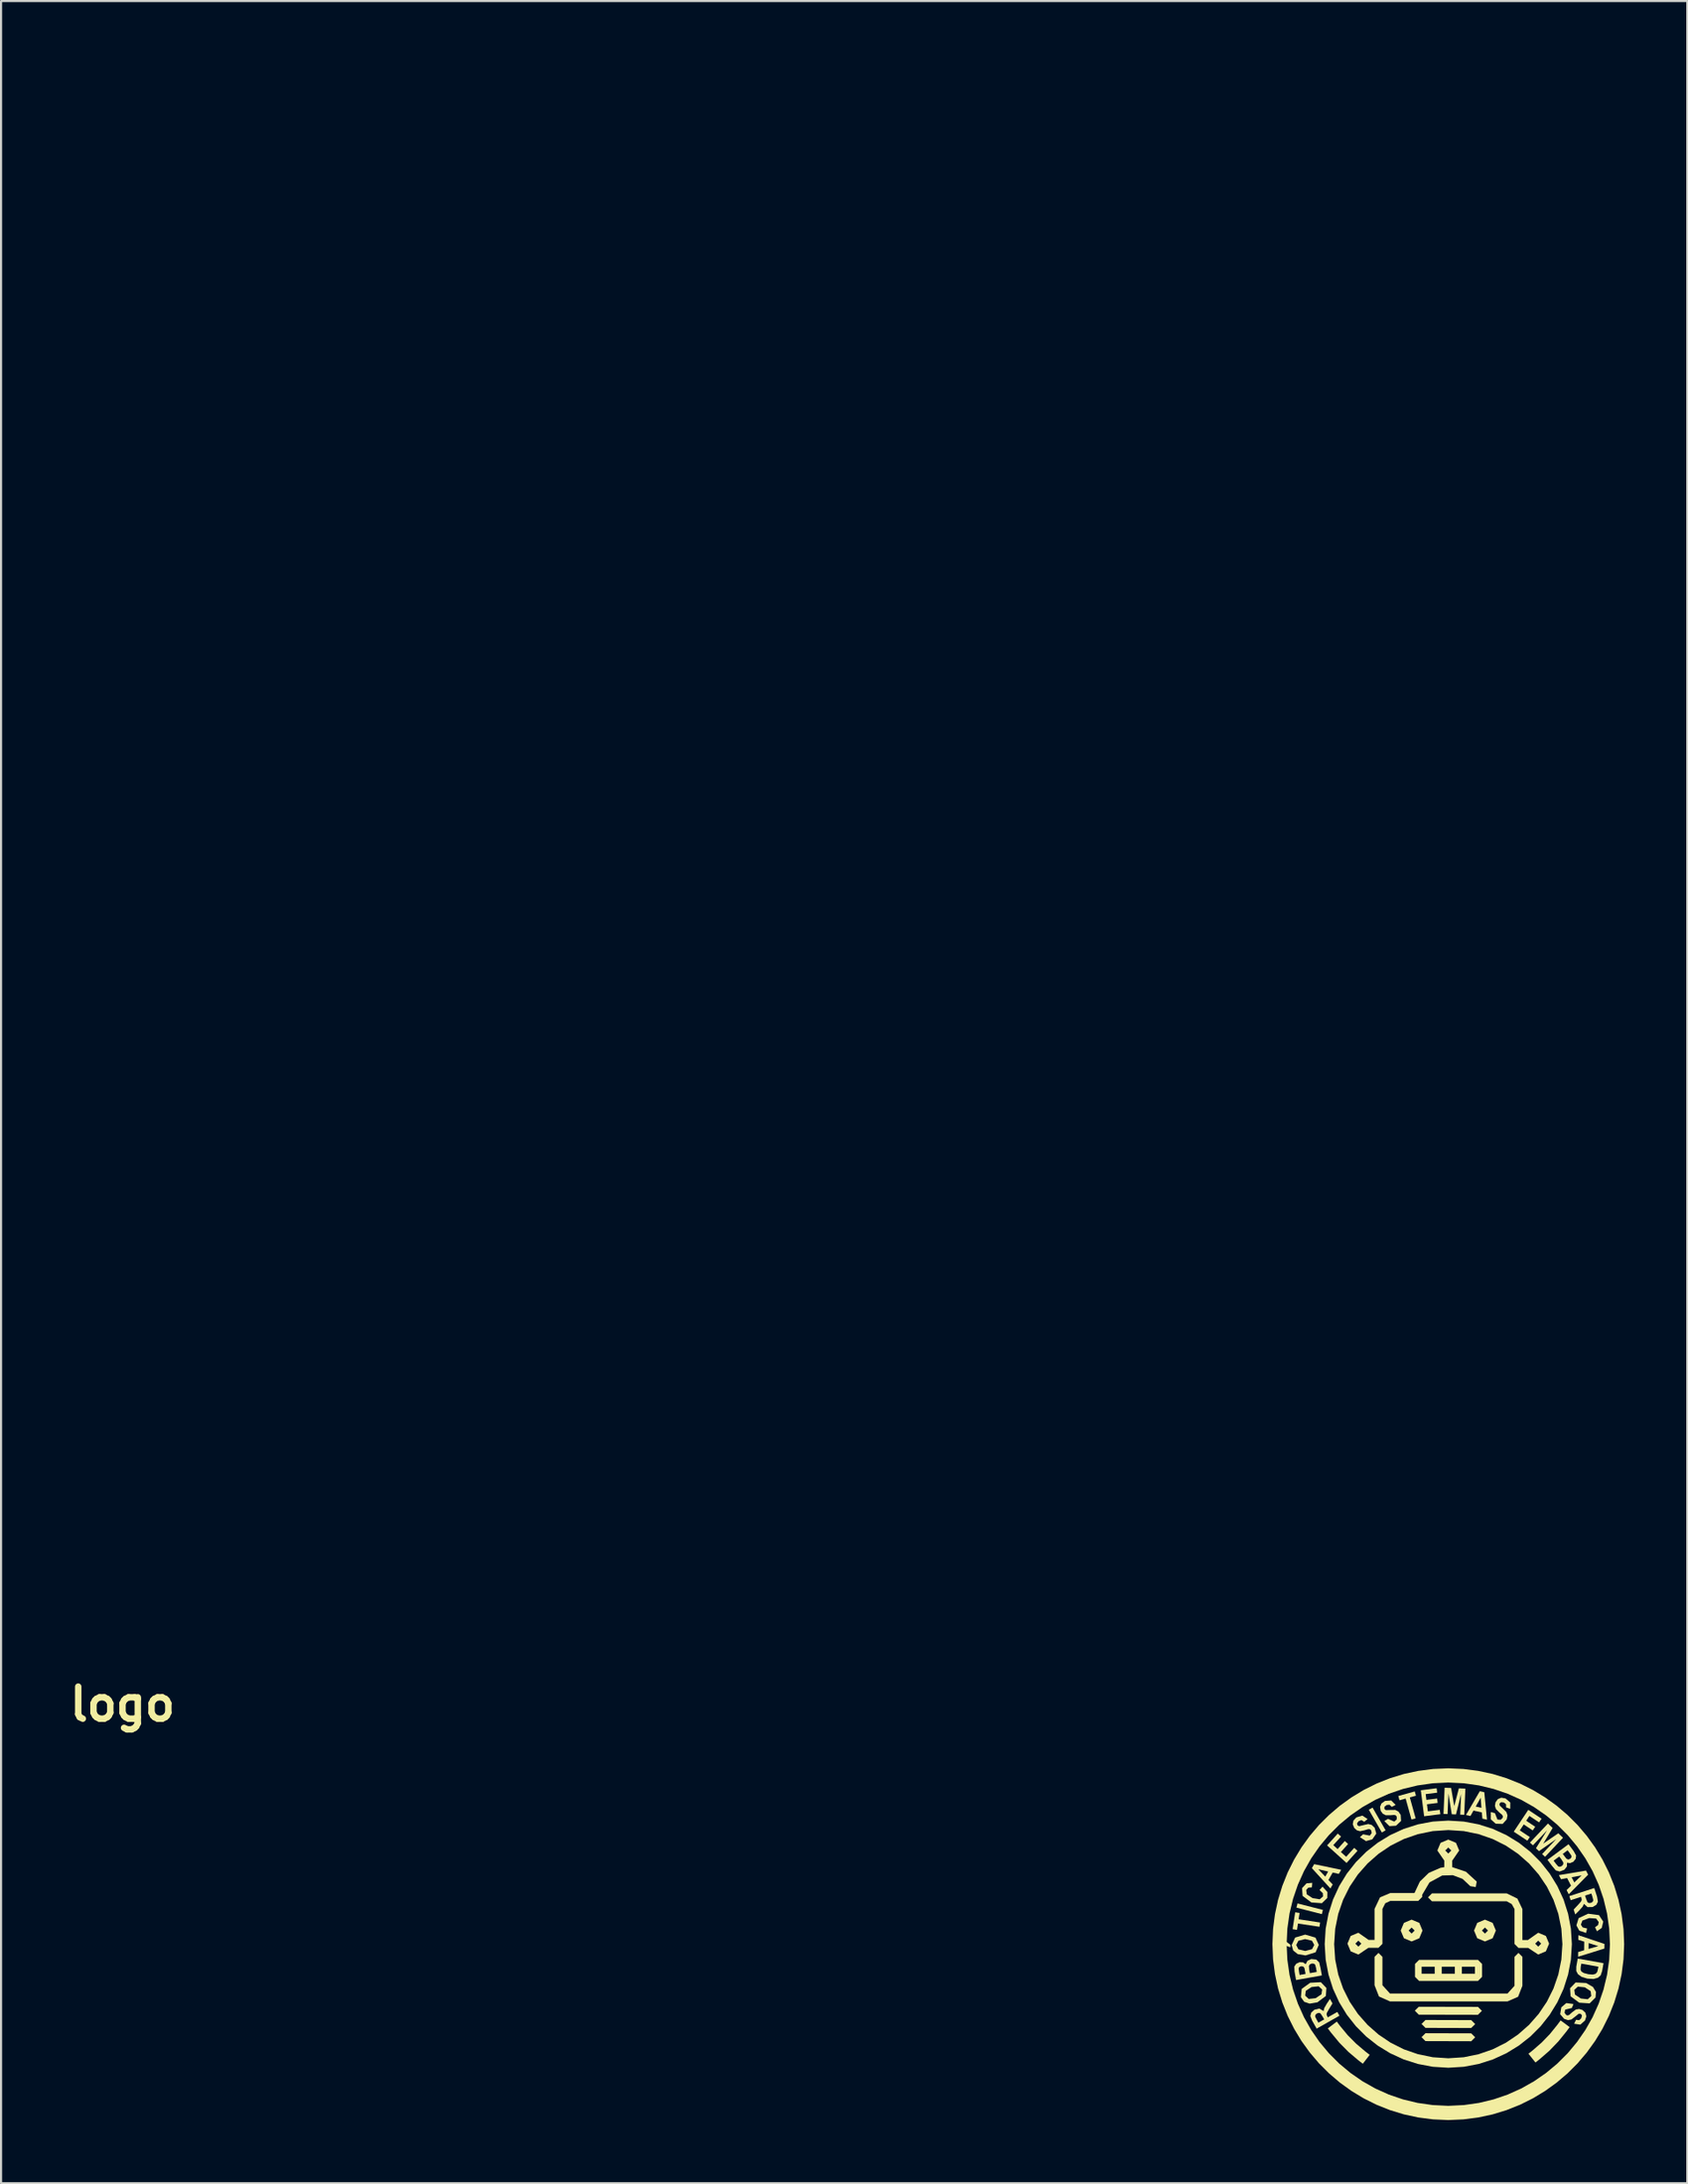
<source format=kicad_pcb>
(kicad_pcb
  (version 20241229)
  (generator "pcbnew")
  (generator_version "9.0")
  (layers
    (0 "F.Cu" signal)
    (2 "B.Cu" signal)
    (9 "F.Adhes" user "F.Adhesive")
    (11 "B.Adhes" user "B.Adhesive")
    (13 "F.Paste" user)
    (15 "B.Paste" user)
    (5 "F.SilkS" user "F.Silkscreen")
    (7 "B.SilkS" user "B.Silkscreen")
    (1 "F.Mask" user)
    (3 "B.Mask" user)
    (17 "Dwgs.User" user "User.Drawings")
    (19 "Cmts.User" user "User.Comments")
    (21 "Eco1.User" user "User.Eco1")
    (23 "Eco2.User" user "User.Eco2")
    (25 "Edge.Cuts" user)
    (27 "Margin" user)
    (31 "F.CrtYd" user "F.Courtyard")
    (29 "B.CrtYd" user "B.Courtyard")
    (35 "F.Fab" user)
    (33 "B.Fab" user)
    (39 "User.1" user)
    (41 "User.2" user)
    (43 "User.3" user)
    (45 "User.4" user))
  (footprint "logo"
    (layer "F.Cu")
    (at 2.772 0.25)
    (property "Reference" "logo" (at 0 77.694 0) (layer "F.SilkS") (effects (font (size 1.524 1.524) (thickness 0.305))))
    (attr exclude_from_pos_files exclude_from_bom)
    (fp_poly (pts (xy 55.497 89.252) (xy 55.243 89.158) (xy 55.241 88.938) (xy 55.496 89.128) (xy 55.497 89.252)) (stroke (width 0) (type solid)) (fill yes) (layer "F.SilkS"))
    (fp_poly (pts (xy 56.991 87.672) (xy 55.785 87.364) (xy 55.836 87.165) (xy 57.042 87.472) (xy 56.991 87.672)) (stroke (width 0) (type solid)) (fill yes) (layer "F.SilkS"))
    (fp_poly (pts (xy 59.843 83.791) (xy 59.224 82.711) (xy 59.402 82.609) (xy 60.021 83.689) (xy 59.843 83.791)) (stroke (width 0) (type solid)) (fill yes) (layer "F.SilkS"))
    (fp_poly (pts (xy 61.598 92.074) (xy 61.41 92.261) (xy 61.597 92.449) (xy 64.409 92.455) (xy 64.597 92.268) (xy 64.41 92.08) (xy 61.598 92.074)) (stroke (width 0) (type solid)) (fill yes) (layer "F.SilkS"))
    (fp_poly (pts (xy 61.917 92.703) (xy 61.729 92.89) (xy 61.916 93.078) (xy 64.09 93.084) (xy 64.278 92.897) (xy 64.091 92.709) (xy 61.917 92.703)) (stroke (width 0) (type solid)) (fill yes) (layer "F.SilkS"))
    (fp_poly (pts (xy 61.917 93.332) (xy 61.729 93.519) (xy 61.916 93.707) (xy 64.09 93.713) (xy 64.278 93.526) (xy 64.091 93.338) (xy 61.917 93.332)) (stroke (width 0) (type solid)) (fill yes) (layer "F.SilkS"))
    (fp_poly (pts (xy 56.879 88.274) (xy 55.856 88.119) (xy 55.811 88.419) (xy 55.603 88.387) (xy 55.724 87.586) (xy 55.933 87.617) (xy 55.887 87.916) (xy 56.91 88.071) (xy 56.879 88.274)) (stroke (width 0) (type solid)) (fill yes) (layer "F.SilkS"))
    (fp_poly (pts (xy 61.251 83.176) (xy 60.974 82.18) (xy 60.682 82.261) (xy 60.626 82.058) (xy 61.407 81.841) (xy 61.464 82.044) (xy 61.172 82.125) (xy 61.449 83.121) (xy 61.251 83.176)) (stroke (width 0) (type solid)) (fill yes) (layer "F.SilkS"))
    (fp_poly (pts (xy 57.702 92.78) (xy 57.275 93.103) (xy 57.437 93.316) (xy 57.828 93.788) (xy 58.259 94.223) (xy 58.726 94.619) (xy 58.938 94.783) (xy 59.265 94.36) (xy 59.054 94.196) (xy 58.622 93.83) (xy 58.224 93.429) (xy 57.863 92.993) (xy 57.702 92.78)) (stroke (width 0) (type solid)) (fill yes) (layer "F.SilkS"))
    (fp_poly (pts (xy 58.165 85.24) (xy 57.241 84.406) (xy 57.748 83.844) (xy 57.904 83.985) (xy 57.535 84.394) (xy 57.74 84.579) (xy 58.083 84.198) (xy 58.239 84.339) (xy 57.896 84.72) (xy 58.147 84.947) (xy 58.529 84.523) (xy 58.685 84.663) (xy 58.165 85.24)) (stroke (width 0) (type solid)) (fill yes) (layer "F.SilkS"))
    (fp_poly (pts (xy 61.852 83.021) (xy 61.695 81.786) (xy 62.446 81.69) (xy 62.473 81.899) (xy 61.925 81.969) (xy 61.96 82.243) (xy 62.469 82.178) (xy 62.495 82.386) (xy 61.987 82.451) (xy 62.029 82.787) (xy 62.595 82.715) (xy 62.622 82.923) (xy 61.852 83.021)) (stroke (width 0) (type solid)) (fill yes) (layer "F.SilkS"))
    (fp_poly (pts (xy 66.111 83.753) (xy 66.801 82.716) (xy 67.432 83.136) (xy 67.315 83.311) (xy 66.855 83.005) (xy 66.703 83.235) (xy 67.13 83.519) (xy 67.013 83.694) (xy 66.586 83.41) (xy 66.399 83.692) (xy 66.874 84.008) (xy 66.758 84.182) (xy 66.111 83.753)) (stroke (width 0) (type solid)) (fill yes) (layer "F.SilkS"))
    (fp_poly (pts (xy 68.338 92.723) (xy 68.178 92.938) (xy 67.827 93.372) (xy 67.44 93.773) (xy 67.019 94.14) (xy 66.81 94.306) (xy 67.143 94.724) (xy 67.352 94.558) (xy 67.808 94.161) (xy 68.227 93.726) (xy 68.608 93.257) (xy 68.767 93.041) (xy 68.338 92.723)) (stroke (width 0) (type solid)) (fill yes) (layer "F.SilkS"))
    (fp_poly (pts (xy 62.773 82.909) (xy 62.827 81.665) (xy 63.135 81.678) (xy 63.283 82.535) (xy 63.503 81.694) (xy 63.812 81.708) (xy 63.758 82.951) (xy 63.567 82.943) (xy 63.609 81.964) (xy 63.365 82.934) (xy 63.166 82.926) (xy 63.007 81.938) (xy 62.965 82.917) (xy 62.773 82.909)) (stroke (width 0) (type solid)) (fill yes) (layer "F.SilkS"))
    (fp_poly (pts (xy 66.881 84.271) (xy 67.736 83.366) (xy 67.96 83.577) (xy 67.511 84.322) (xy 68.228 83.83) (xy 68.452 84.043) (xy 67.598 84.948) (xy 67.459 84.817) (xy 68.132 84.104) (xy 67.311 84.677) (xy 67.167 84.541) (xy 67.693 83.69) (xy 67.021 84.403) (xy 66.881 84.271)) (stroke (width 0) (type solid)) (fill yes) (layer "F.SilkS"))
    (fp_poly (pts (xy 57.91 85.565) (xy 57.798 85.759) (xy 57.508 85.695) (xy 57.305 86.048) (xy 57.508 86.262) (xy 57.398 86.452) (xy 57.154 86.184) (xy 57.154 85.889) (xy 57.293 85.648) (xy 56.823 85.539) (xy 57.154 85.889) (xy 57.154 86.184) (xy 56.518 85.486) (xy 56.627 85.297) (xy 57.91 85.565)) (stroke (width 0) (type solid)) (fill yes) (layer "F.SilkS"))
    (fp_poly (pts (xy 61.257 87.934) (xy 60.892 88.087) (xy 60.739 88.453) (xy 60.892 88.818) (xy 61.257 88.971) (xy 61.257 88.596) (xy 61.114 88.453) (xy 61.257 88.309) (xy 61.4 88.453) (xy 61.257 88.596) (xy 61.257 88.971) (xy 61.623 88.818) (xy 61.775 88.453) (xy 61.623 88.087) (xy 61.257 87.934)) (stroke (width 0) (type solid)) (fill yes) (layer "F.SilkS"))
    (fp_poly (pts (xy 64.742 87.934) (xy 64.377 88.087) (xy 64.224 88.453) (xy 64.377 88.818) (xy 64.742 88.971) (xy 64.742 88.596) (xy 64.599 88.453) (xy 64.742 88.309) (xy 64.886 88.453) (xy 64.742 88.596) (xy 64.742 88.971) (xy 65.108 88.818) (xy 65.261 88.453) (xy 65.108 88.087) (xy 64.742 87.934)) (stroke (width 0) (type solid)) (fill yes) (layer "F.SilkS"))
    (fp_poly (pts (xy 64.839 83.183) (xy 64.62 83.134) (xy 64.595 82.839) (xy 64.576 82.834) (xy 64.576 82.619) (xy 64.539 82.138) (xy 64.304 82.559) (xy 64.576 82.619) (xy 64.576 82.834) (xy 64.197 82.75) (xy 64.053 83.008) (xy 63.84 82.96) (xy 64.498 81.831) (xy 64.711 81.879) (xy 64.839 83.183)) (stroke (width 0) (type solid)) (fill yes) (layer "F.SilkS"))
    (fp_poly (pts (xy 68.725 86.729) (xy 68.622 86.529) (xy 68.833 86.321) (xy 68.647 85.958) (xy 68.357 86.013) (xy 68.256 85.818) (xy 69.545 85.602) (xy 69.645 85.796) (xy 68.989 86.461) (xy 68.989 86.166) (xy 69.336 85.83) (xy 68.862 85.918) (xy 68.989 86.166) (xy 68.989 86.461) (xy 68.725 86.729)) (stroke (width 0) (type solid)) (fill yes) (layer "F.SilkS"))
    (fp_poly (pts (xy 69.168 89.698) (xy 69.171 89.474) (xy 69.455 89.389) (xy 69.461 88.981) (xy 69.179 88.893) (xy 69.182 88.674) (xy 70.421 89.089) (xy 70.418 89.308) (xy 69.666 89.543) (xy 69.666 89.326) (xy 70.13 89.192) (xy 69.67 89.047) (xy 69.666 89.326) (xy 69.666 89.543) (xy 69.168 89.698)) (stroke (width 0) (type solid)) (fill yes) (layer "F.SilkS"))
    (fp_poly (pts (xy 59.683 89.514) (xy 59.496 89.702) (xy 59.496 91.051) (xy 59.706 91.586) (xy 60.228 91.819) (xy 65.816 91.819) (xy 66.317 91.6) (xy 66.522 91.077) (xy 66.522 89.702) (xy 66.335 89.514) (xy 66.147 89.702) (xy 66.147 91.077) (xy 65.816 91.444) (xy 60.228 91.444) (xy 59.871 91.051) (xy 59.871 89.702) (xy 59.683 89.514)) (stroke (width 0) (type solid)) (fill yes) (layer "F.SilkS"))
    (fp_poly (pts (xy 56.882 86.526) (xy 57.024 86.367) (xy 57.255 86.62) (xy 57.25 86.905) (xy 56.992 87.153) (xy 56.494 87.117) (xy 56.078 86.806) (xy 56.051 86.437) (xy 56.262 86.21) (xy 56.536 86.185) (xy 56.519 86.397) (xy 56.347 86.415) (xy 56.248 86.524) (xy 56.275 86.731) (xy 56.554 86.913) (xy 56.891 86.966) (xy 57.048 86.832) (xy 57.039 86.678) (xy 56.882 86.526)) (stroke (width 0) (type solid)) (fill yes) (layer "F.SilkS"))
    (fp_poly (pts (xy 69.596 88.357) (xy 69.549 88.566) (xy 69.224 88.457) (xy 69.089 88.207) (xy 69.193 87.864) (xy 69.646 87.652) (xy 70.16 87.72) (xy 70.364 88.029) (xy 70.291 88.33) (xy 70.064 88.486) (xy 69.975 88.293) (xy 70.117 88.193) (xy 70.15 88.05) (xy 70.025 87.882) (xy 69.693 87.86) (xy 69.373 87.978) (xy 69.301 88.172) (xy 69.384 88.302) (xy 69.596 88.357)) (stroke (width 0) (type solid)) (fill yes) (layer "F.SilkS"))
    (fp_poly (pts (xy 56.213 89.635) (xy 56.203 89.633) (xy 56.203 89.423) (xy 56.525 89.339) (xy 56.631 89.136) (xy 56.523 88.936) (xy 56.195 88.858) (xy 55.876 88.938) (xy 55.773 89.142) (xy 55.879 89.346) (xy 56.203 89.423) (xy 56.203 89.633) (xy 55.846 89.572) (xy 55.631 89.401) (xy 55.558 89.144) (xy 55.723 88.786) (xy 56.199 88.645) (xy 56.688 88.788) (xy 56.846 89.135) (xy 56.694 89.486) (xy 56.213 89.635)) (stroke (width 0) (type solid)) (fill yes) (layer "F.SilkS"))
    (fp_poly (pts (xy 56.778 91.864) (xy 56.411 91.926) (xy 56.367 91.911) (xy 56.367 91.702) (xy 56.698 91.667) (xy 56.974 91.481) (xy 57.006 91.254) (xy 56.838 91.101) (xy 56.503 91.137) (xy 56.228 91.319) (xy 56.199 91.545) (xy 56.367 91.702) (xy 56.367 91.911) (xy 56.151 91.837) (xy 55.997 91.618) (xy 56.034 91.226) (xy 56.435 90.935) (xy 56.944 90.907) (xy 57.208 91.181) (xy 57.182 91.563) (xy 56.778 91.864)) (stroke (width 0) (type solid)) (fill yes) (layer "F.SilkS"))
    (fp_poly (pts (xy 69.553 90.947) (xy 69.875 91.133) (xy 70.018 91.369) (xy 69.997 91.635) (xy 69.718 91.913) (xy 69.628 91.907) (xy 69.628 91.718) (xy 69.795 91.562) (xy 69.766 91.334) (xy 69.489 91.15) (xy 69.157 91.117) (xy 68.988 91.27) (xy 69.019 91.496) (xy 69.3 91.682) (xy 69.628 91.718) (xy 69.628 91.907) (xy 69.223 91.881) (xy 68.814 91.578) (xy 68.786 91.197) (xy 69.05 90.921) (xy 69.553 90.947)) (stroke (width 0) (type solid)) (fill yes) (layer "F.SilkS"))
    (fp_poly (pts (xy 62.223 86.687) (xy 62.036 86.875) (xy 62.223 87.062) (xy 65.777 87.062) (xy 66.016 87.195) (xy 66.147 87.432) (xy 66.147 89.089) (xy 66.335 89.277) (xy 66.796 89.277) (xy 67.273 89.593) (xy 67.273 89.218) (xy 67.13 89.075) (xy 67.273 88.932) (xy 67.416 89.075) (xy 67.273 89.218) (xy 67.273 89.593) (xy 67.638 89.44) (xy 67.791 89.075) (xy 67.638 88.709) (xy 67.273 88.557) (xy 66.785 88.902) (xy 66.522 88.902) (xy 66.522 87.432) (xy 66.282 86.932) (xy 65.777 86.687) (xy 62.223 86.687)) (stroke (width 0) (type solid)) (fill yes) (layer "F.SilkS"))
    (fp_poly (pts (xy 70.377 90.005) (xy 70.31 90.375) (xy 70.241 90.581) (xy 70.112 90.694) (xy 69.902 90.754) (xy 69.865 90.751) (xy 69.865 90.546) (xy 70 90.51) (xy 70.076 90.424) (xy 70.117 90.262) (xy 70.133 90.17) (xy 69.322 90.024) (xy 69.294 90.176) (xy 69.287 90.321) (xy 69.33 90.403) (xy 69.439 90.471) (xy 69.647 90.527) (xy 69.865 90.546) (xy 69.865 90.751) (xy 69.6 90.735) (xy 69.33 90.65) (xy 69.161 90.525) (xy 69.081 90.373) (xy 69.083 90.166) (xy 69.151 89.785) (xy 70.377 90.005)) (stroke (width 0) (type solid)) (fill yes) (layer "F.SilkS"))
    (fp_poly (pts (xy 61.613 89.846) (xy 61.418 90.041) (xy 61.418 90.652) (xy 61.613 90.847) (xy 62.356 90.847) (xy 62.356 90.507) (xy 61.734 90.507) (xy 61.734 90.173) (xy 62.356 90.173) (xy 62.356 90.507) (xy 62.356 90.847) (xy 63.311 90.847) (xy 63.311 90.507) (xy 62.69 90.507) (xy 62.69 90.173) (xy 63.311 90.173) (xy 63.311 90.507) (xy 63.311 90.847) (xy 64.267 90.847) (xy 64.267 90.507) (xy 63.645 90.507) (xy 63.645 90.173) (xy 64.267 90.173) (xy 64.267 90.507) (xy 64.267 90.847) (xy 64.411 90.847) (xy 64.606 90.652) (xy 64.606 90.041) (xy 64.411 89.846) (xy 61.613 89.846)) (stroke (width 0) (type solid)) (fill yes) (layer "F.SilkS"))
    (fp_poly (pts (xy 57.828 92.5) (xy 56.827 93.067) (xy 56.827 92.831) (xy 57.102 92.675) (xy 57.027 92.542) (xy 56.929 92.393) (xy 56.854 92.364) (xy 56.756 92.392) (xy 56.685 92.46) (xy 56.673 92.541) (xy 56.748 92.691) (xy 56.827 92.831) (xy 56.827 93.067) (xy 56.745 93.114) (xy 56.531 92.736) (xy 56.444 92.512) (xy 56.487 92.353) (xy 56.637 92.216) (xy 56.876 92.161) (xy 57.072 92.279) (xy 57.109 92.132) (xy 57.226 91.93) (xy 57.377 91.702) (xy 57.497 91.916) (xy 57.335 92.179) (xy 57.23 92.365) (xy 57.216 92.443) (xy 57.254 92.541) (xy 57.275 92.577) (xy 57.727 92.321) (xy 57.828 92.5)) (stroke (width 0) (type solid)) (fill yes) (layer "F.SilkS"))
    (fp_poly (pts (xy 58.802 84.015) (xy 58.951 83.878) (xy 59.271 83.941) (xy 59.362 83.815) (xy 59.334 83.686) (xy 59.277 83.638) (xy 59.202 83.632) (xy 59.014 83.688) (xy 58.807 83.731) (xy 58.657 83.689) (xy 58.532 83.577) (xy 58.461 83.402) (xy 58.493 83.227) (xy 58.632 83.075) (xy 58.917 82.99) (xy 59.167 83.153) (xy 59.007 83.283) (xy 58.877 83.204) (xy 58.75 83.247) (xy 58.666 83.35) (xy 58.68 83.447) (xy 58.764 83.492) (xy 58.961 83.444) (xy 59.198 83.39) (xy 59.359 83.432) (xy 59.5 83.565) (xy 59.579 83.844) (xy 59.391 84.116) (xy 59.091 84.201) (xy 58.802 84.015) (xy 58.802 84.015)) (stroke (width 0) (type solid)) (fill yes) (layer "F.SilkS"))
    (fp_poly (pts (xy 59.961 83.248) (xy 60.136 83.145) (xy 60.435 83.274) (xy 60.55 83.17) (xy 60.55 83.037) (xy 60.504 82.979) (xy 60.433 82.958) (xy 60.237 82.973) (xy 60.026 82.971) (xy 59.887 82.899) (xy 59.789 82.763) (xy 59.757 82.577) (xy 59.824 82.413) (xy 59.992 82.293) (xy 60.288 82.27) (xy 60.499 82.482) (xy 60.314 82.575) (xy 60.204 82.471) (xy 60.071 82.486) (xy 59.968 82.569) (xy 59.961 82.667) (xy 60.033 82.729) (xy 60.236 82.723) (xy 60.479 82.72) (xy 60.628 82.795) (xy 60.738 82.954) (xy 60.756 83.244) (xy 60.515 83.47) (xy 60.205 83.49) (xy 59.961 83.248) (xy 59.961 83.248)) (stroke (width 0) (type solid)) (fill yes) (layer "F.SilkS"))
    (fp_poly (pts (xy 65.021 82.823) (xy 65.217 82.875) (xy 65.337 83.178) (xy 65.491 83.187) (xy 65.585 83.094) (xy 65.594 83.02) (xy 65.559 82.954) (xy 65.411 82.826) (xy 65.263 82.675) (xy 65.217 82.525) (xy 65.244 82.36) (xy 65.354 82.206) (xy 65.519 82.138) (xy 65.721 82.174) (xy 65.947 82.368) (xy 65.944 82.667) (xy 65.748 82.601) (xy 65.745 82.449) (xy 65.64 82.365) (xy 65.508 82.351) (xy 65.434 82.415) (xy 65.441 82.509) (xy 65.587 82.649) (xy 65.761 82.82) (xy 65.813 82.978) (xy 65.777 83.169) (xy 65.583 83.385) (xy 65.253 83.374) (xy 65.021 83.167) (xy 65.021 82.823) (xy 65.021 82.823)) (stroke (width 0) (type solid)) (fill yes) (layer "F.SilkS"))
    (fp_poly (pts (xy 68.752 86.815) (xy 69.937 86.432) (xy 70.07 86.845) (xy 70.11 87.082) (xy 70.036 87.229) (xy 69.861 87.334) (xy 69.678 87.338) (xy 69.678 87.145) (xy 69.78 87.137) (xy 69.863 87.085) (xy 69.891 87.008) (xy 69.849 86.846) (xy 69.799 86.693) (xy 69.499 86.79) (xy 69.546 86.935) (xy 69.612 87.101) (xy 69.678 87.145) (xy 69.678 87.338) (xy 69.616 87.339) (xy 69.448 87.184) (xy 69.382 87.32) (xy 69.226 87.495) (xy 69.033 87.687) (xy 68.958 87.454) (xy 69.17 87.228) (xy 69.311 87.068) (xy 69.341 86.994) (xy 69.323 86.891) (xy 69.309 86.851) (xy 68.815 87.01) (xy 68.752 86.815)) (stroke (width 0) (type solid)) (fill yes) (layer "F.SilkS"))
    (fp_poly (pts (xy 68.949 91.946) (xy 68.871 92.133) (xy 68.554 92.21) (xy 68.525 92.362) (xy 68.605 92.468) (xy 68.677 92.487) (xy 68.747 92.461) (xy 68.893 92.331) (xy 69.063 92.205) (xy 69.218 92.18) (xy 69.378 92.229) (xy 69.516 92.358) (xy 69.56 92.53) (xy 69.498 92.726) (xy 69.276 92.924) (xy 68.98 92.881) (xy 69.071 92.695) (xy 69.222 92.713) (xy 69.319 92.62) (xy 69.352 92.491) (xy 69.298 92.41) (xy 69.203 92.403) (xy 69.045 92.53) (xy 68.852 92.679) (xy 68.689 92.709) (xy 68.505 92.648) (xy 68.316 92.427) (xy 68.372 92.101) (xy 68.608 91.899) (xy 68.949 91.946) (xy 68.949 91.946)) (stroke (width 0) (type solid)) (fill yes) (layer "F.SilkS"))
    (fp_poly (pts (xy 55.766 90.804) (xy 55.695 90.402) (xy 55.683 90.165) (xy 55.77 90.033) (xy 55.934 89.956) (xy 56.101 89.967) (xy 56.225 90.05) (xy 56.308 89.891) (xy 56.487 89.807) (xy 56.725 89.831) (xy 56.865 89.963) (xy 56.931 90.244) (xy 56.992 90.586) (xy 56.422 90.687) (xy 56.422 90.478) (xy 56.749 90.42) (xy 56.716 90.232) (xy 56.675 90.075) (xy 56.614 90.026) (xy 56.512 90.019) (xy 56.418 90.062) (xy 56.377 90.14) (xy 56.392 90.315) (xy 56.422 90.478) (xy 56.422 90.687) (xy 55.934 90.774) (xy 55.934 90.565) (xy 56.218 90.515) (xy 56.194 90.381) (xy 56.163 90.233) (xy 56.105 90.16) (xy 56.003 90.148) (xy 55.92 90.187) (xy 55.887 90.253) (xy 55.913 90.448) (xy 55.934 90.565) (xy 55.934 90.774) (xy 55.766 90.804)) (stroke (width 0) (type solid)) (fill yes) (layer "F.SilkS"))
    (fp_poly (pts (xy 68.715 84.349) (xy 68.959 84.677) (xy 69.074 84.885) (xy 69.056 85.041) (xy 68.943 85.183) (xy 68.788 85.248) (xy 68.699 85.236) (xy 68.699 85.077) (xy 68.796 85.042) (xy 68.853 84.969) (xy 68.853 84.897) (xy 68.742 84.733) (xy 68.671 84.638) (xy 68.44 84.809) (xy 68.521 84.918) (xy 68.614 85.037) (xy 68.699 85.077) (xy 68.699 85.236) (xy 68.641 85.228) (xy 68.637 85.408) (xy 68.515 85.563) (xy 68.303 85.643) (xy 68.303 85.423) (xy 68.397 85.384) (xy 68.462 85.304) (xy 68.465 85.216) (xy 68.373 85.066) (xy 68.274 84.933) (xy 68.006 85.131) (xy 68.12 85.284) (xy 68.226 85.406) (xy 68.303 85.423) (xy 68.303 85.643) (xy 68.291 85.647) (xy 68.106 85.592) (xy 67.922 85.37) (xy 67.715 85.091) (xy 68.715 84.349)) (stroke (width 0) (type solid)) (fill yes) (layer "F.SilkS"))
    (fp_poly (pts (xy 63 84.13) (xy 62.634 84.283) (xy 62.481 84.648) (xy 62.812 85.131) (xy 62.812 85.439) (xy 62.626 85.471) (xy 62.074 85.711) (xy 61.65 86.123) (xy 61.396 86.663) (xy 61.385 86.663) (xy 61.385 86.668) (xy 60.247 86.668) (xy 59.756 86.876) (xy 59.496 87.424) (xy 59.496 88.897) (xy 59.214 88.897) (xy 58.727 88.557) (xy 58.362 88.709) (xy 58.209 89.075) (xy 58.362 89.44) (xy 58.727 89.593) (xy 58.727 89.218) (xy 58.584 89.075) (xy 58.727 88.932) (xy 58.87 89.075) (xy 58.727 89.218) (xy 58.727 89.593) (xy 59.206 89.272) (xy 59.683 89.272) (xy 59.871 89.085) (xy 59.871 87.424) (xy 60.006 87.155) (xy 60.247 87.043) (xy 61.573 87.043) (xy 61.76 86.855) (xy 61.76 86.753) (xy 62.107 86.165) (xy 62.711 85.836) (xy 63 85.828) (xy 63 84.791) (xy 62.856 84.648) (xy 63 84.505) (xy 63.143 84.648) (xy 63 84.791) (xy 63 85.828) (xy 63.215 85.821) (xy 63.678 85.997) (xy 64.045 86.342) (xy 64.306 86.385) (xy 64.35 86.124) (xy 63.837 85.655) (xy 63.187 85.439) (xy 63.187 85.131) (xy 63.518 84.648) (xy 63.365 84.283) (xy 63 84.13)) (stroke (width 0) (type solid)) (fill yes) (layer "F.SilkS"))
    (fp_poly (pts (xy 63 83.227) (xy 62.264 83.273) (xy 61.555 83.407) (xy 60.879 83.623) (xy 60.24 83.916) (xy 59.646 84.28) (xy 59.101 84.71) (xy 58.61 85.201) (xy 58.18 85.746) (xy 57.816 86.34) (xy 57.523 86.978) (xy 57.307 87.655) (xy 57.173 88.364) (xy 57.127 89.1) (xy 57.173 89.836) (xy 57.307 90.545) (xy 57.523 91.222) (xy 57.816 91.86) (xy 58.18 92.454) (xy 58.61 92.999) (xy 59.101 93.49) (xy 59.646 93.92) (xy 60.24 94.284) (xy 60.879 94.577) (xy 61.555 94.793) (xy 62.264 94.927) (xy 63 94.973) (xy 63 94.523) (xy 62.264 94.474) (xy 61.558 94.329) (xy 60.888 94.097) (xy 60.262 93.783) (xy 59.685 93.394) (xy 59.165 92.936) (xy 58.706 92.415) (xy 58.317 91.838) (xy 58.003 91.212) (xy 57.771 90.543) (xy 57.627 89.836) (xy 57.577 89.1) (xy 57.627 88.364) (xy 57.771 87.657) (xy 58.003 86.988) (xy 58.317 86.362) (xy 58.706 85.785) (xy 59.165 85.264) (xy 59.685 84.806) (xy 60.262 84.417) (xy 60.888 84.103) (xy 61.558 83.871) (xy 62.264 83.726) (xy 63 83.677) (xy 63.737 83.726) (xy 64.443 83.871) (xy 65.112 84.103) (xy 65.738 84.417) (xy 66.315 84.806) (xy 66.836 85.264) (xy 67.294 85.785) (xy 67.683 86.362) (xy 67.997 86.988) (xy 68.229 87.657) (xy 68.373 88.364) (xy 68.423 89.1) (xy 68.373 89.836) (xy 68.229 90.543) (xy 67.997 91.212) (xy 67.683 91.838) (xy 67.294 92.415) (xy 66.836 92.936) (xy 66.315 93.394) (xy 65.738 93.783) (xy 65.112 94.097) (xy 64.443 94.329) (xy 63.737 94.474) (xy 63 94.523) (xy 63 94.973) (xy 63.736 94.927) (xy 64.445 94.793) (xy 65.122 94.577) (xy 65.76 94.284) (xy 66.354 93.92) (xy 66.899 93.49) (xy 67.39 92.999) (xy 67.82 92.454) (xy 68.184 91.86) (xy 68.477 91.222) (xy 68.693 90.545) (xy 68.827 89.836) (xy 68.873 89.1) (xy 68.827 88.364) (xy 68.693 87.655) (xy 68.477 86.978) (xy 68.184 86.34) (xy 67.82 85.746) (xy 67.39 85.201) (xy 66.899 84.71) (xy 66.354 84.28) (xy 65.76 83.916) (xy 65.122 83.623) (xy 64.445 83.407) (xy 63.736 83.273) (xy 63 83.227)) (stroke (width 0) (type solid)) (fill yes) (layer "F.SilkS"))
    (fp_poly (pts (xy 63 80.742) (xy 62.28 80.773) (xy 61.576 80.864) (xy 60.892 81.011) (xy 60.229 81.214) (xy 59.592 81.468) (xy 58.981 81.772) (xy 58.4 82.124) (xy 57.85 82.52) (xy 57.336 82.958) (xy 56.858 83.435) (xy 56.42 83.95) (xy 56.024 84.499) (xy 55.673 85.081) (xy 55.368 85.692) (xy 55.114 86.329) (xy 54.911 86.992) (xy 54.764 87.676) (xy 54.673 88.379) (xy 54.643 89.1) (xy 54.673 89.821) (xy 54.764 90.524) (xy 54.911 91.208) (xy 55.114 91.871) (xy 55.368 92.508) (xy 55.673 93.119) (xy 56.024 93.701) (xy 56.42 94.25) (xy 56.858 94.765) (xy 57.336 95.242) (xy 57.85 95.68) (xy 58.4 96.076) (xy 58.981 96.428) (xy 59.592 96.732) (xy 60.229 96.986) (xy 60.892 97.189) (xy 61.576 97.336) (xy 62.28 97.427) (xy 63 97.458) (xy 63 96.783) (xy 62.26 96.747) (xy 61.539 96.644) (xy 60.842 96.476) (xy 60.171 96.246) (xy 59.53 95.958) (xy 58.922 95.614) (xy 58.35 95.218) (xy 57.817 94.774) (xy 57.327 94.283) (xy 56.882 93.75) (xy 56.486 93.178) (xy 56.142 92.57) (xy 55.854 91.929) (xy 55.624 91.258) (xy 55.456 90.561) (xy 55.353 89.841) (xy 55.318 89.1) (xy 55.353 88.359) (xy 55.456 87.639) (xy 55.624 86.942) (xy 55.854 86.271) (xy 56.142 85.63) (xy 56.486 85.022) (xy 56.882 84.45) (xy 57.327 83.917) (xy 57.817 83.426) (xy 58.35 82.982) (xy 58.922 82.586) (xy 59.53 82.242) (xy 60.171 81.954) (xy 60.842 81.724) (xy 61.539 81.556) (xy 62.26 81.453) (xy 63 81.417) (xy 63.741 81.453) (xy 64.461 81.556) (xy 65.158 81.724) (xy 65.829 81.954) (xy 66.47 82.242) (xy 67.078 82.586) (xy 67.65 82.982) (xy 68.183 83.426) (xy 68.674 83.917) (xy 69.118 84.45) (xy 69.514 85.022) (xy 69.858 85.63) (xy 70.146 86.271) (xy 70.376 86.942) (xy 70.544 87.639) (xy 70.647 88.359) (xy 70.682 89.1) (xy 70.647 89.841) (xy 70.544 90.561) (xy 70.376 91.258) (xy 70.146 91.929) (xy 69.858 92.57) (xy 69.514 93.178) (xy 69.118 93.75) (xy 68.674 94.283) (xy 68.183 94.774) (xy 67.65 95.218) (xy 67.078 95.614) (xy 66.47 95.958) (xy 65.829 96.246) (xy 65.158 96.476) (xy 64.461 96.644) (xy 63.741 96.747) (xy 63 96.783) (xy 63 97.458) (xy 63.721 97.427) (xy 64.424 97.336) (xy 65.109 97.189) (xy 65.771 96.986) (xy 66.409 96.732) (xy 67.019 96.428) (xy 67.601 96.076) (xy 68.15 95.68) (xy 68.665 95.242) (xy 69.142 94.765) (xy 69.58 94.25) (xy 69.976 93.701) (xy 70.328 93.119) (xy 70.632 92.508) (xy 70.886 91.871) (xy 71.089 91.208) (xy 71.236 90.524) (xy 71.327 89.821) (xy 71.357 89.1) (xy 71.327 88.379) (xy 71.236 87.676) (xy 71.089 86.992) (xy 70.886 86.329) (xy 70.632 85.692) (xy 70.328 85.081) (xy 69.976 84.499) (xy 69.58 83.95) (xy 69.142 83.435) (xy 68.665 82.958) (xy 68.15 82.52) (xy 67.601 82.124) (xy 67.019 81.772) (xy 66.409 81.468) (xy 65.771 81.214) (xy 65.109 81.011) (xy 64.424 80.864) (xy 63.721 80.773) (xy 63 80.742)) (stroke (width 0) (type solid)) (fill yes) (layer "F.SilkS")))
  (gr_rect
    (start -3 -3)
    (end 77.13 100.708)
    (stroke (width 0.1) (type default))
    (fill no)
    (layer "Edge.Cuts")))
</source>
